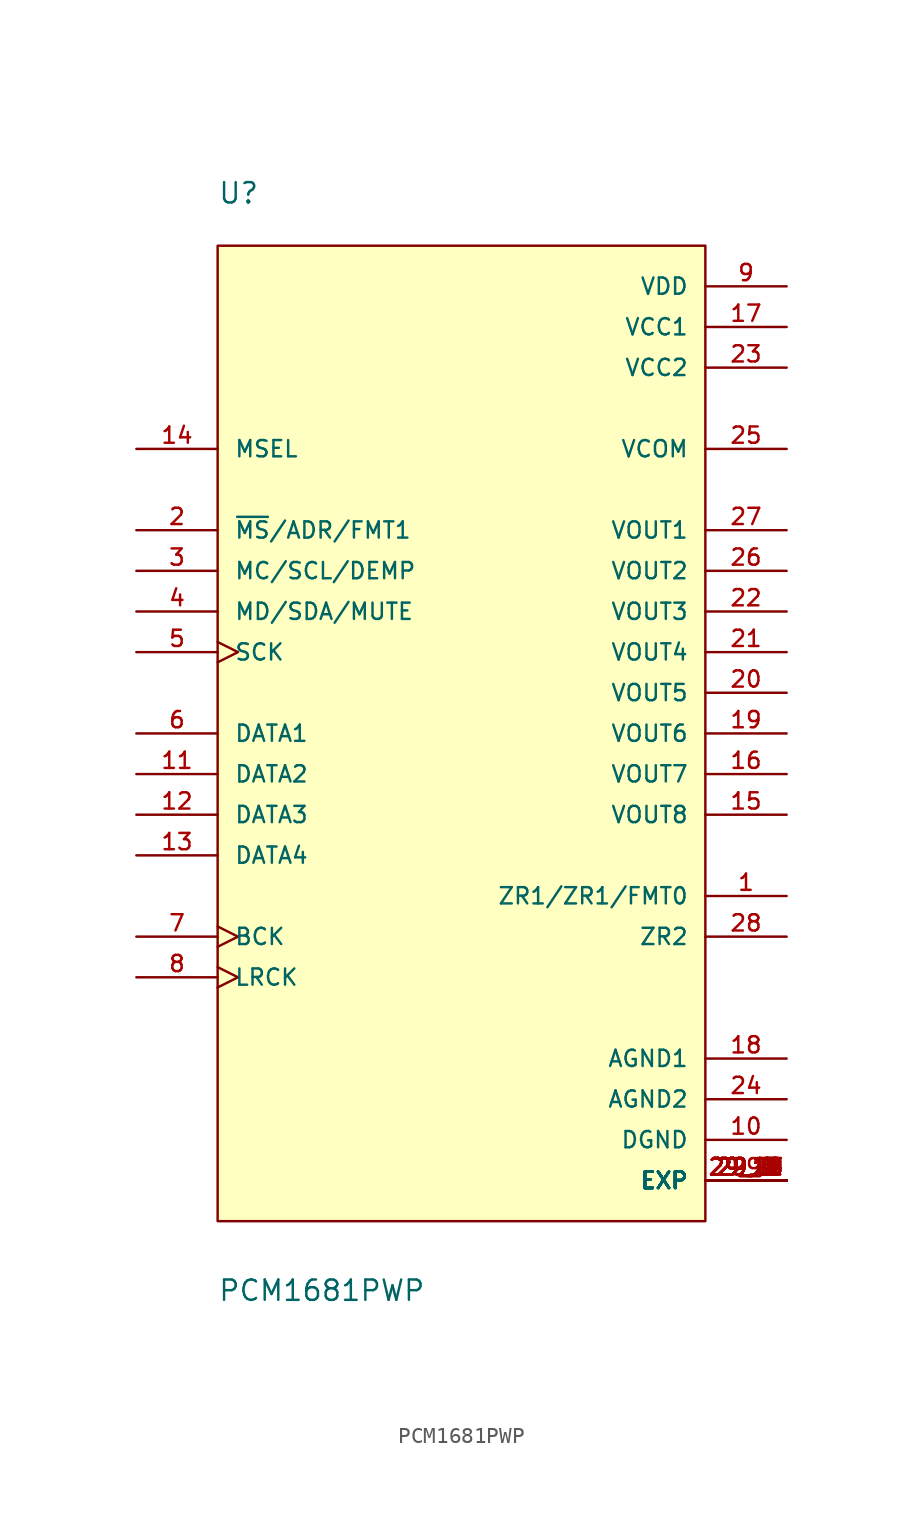
<source format=kicad_sym>
(kicad_symbol_lib
  (version 20211014)
  (generator kicad_symbol_editor)
  (symbol "PCM1681PWP"
    (pin_names
      (offset 1.016))
    (property "Reference" "U"
      (at -15.24 33.02 0)
      (effects (font (size 1.27 1.27)) (justify bottom left)))
    (property "Value" "PCM1681PWP"
      (at -15.24 -35.56 0)
      (effects (font (size 1.27 1.27)) (justify bottom left)))
    (symbol "PCM1681PWP_0_0"
      (rectangle (start -15.24 -30.48) (end 15.24 30.48) (stroke (width 0.152)) (fill (type background)))
      (pin bidirectional line (at 20.32 -10.16 180.0) (length 5.08) (name "ZR1/ZR1/FMT0" (effects (font (size 1.016 1.016)))) (number "1" (effects (font (size 1.016 1.016)))))
      (pin input line (at -20.32 12.7 0) (length 5.08) (name "~{MS}/ADR/FMT1" (effects (font (size 1.016 1.016)))) (number "2" (effects (font (size 1.016 1.016)))))
      (pin input line (at -20.32 10.16 0) (length 5.08) (name "MC/SCL/DEMP" (effects (font (size 1.016 1.016)))) (number "3" (effects (font (size 1.016 1.016)))))
      (pin bidirectional line (at -20.32 7.62 0) (length 5.08) (name "MD/SDA/MUTE" (effects (font (size 1.016 1.016)))) (number "4" (effects (font (size 1.016 1.016)))))
      (pin input clock (at -20.32 5.08 0) (length 5.08) (name "SCK" (effects (font (size 1.016 1.016)))) (number "5" (effects (font (size 1.016 1.016)))))
      (pin input line (at -20.32 0.0 0) (length 5.08) (name "DATA1" (effects (font (size 1.016 1.016)))) (number "6" (effects (font (size 1.016 1.016)))))
      (pin input clock (at -20.32 -12.7 0) (length 5.08) (name "BCK" (effects (font (size 1.016 1.016)))) (number "7" (effects (font (size 1.016 1.016)))))
      (pin input clock (at -20.32 -15.24 0) (length 5.08) (name "LRCK" (effects (font (size 1.016 1.016)))) (number "8" (effects (font (size 1.016 1.016)))))
      (pin power_in line (at 20.32 27.94 180.0) (length 5.08) (name "VDD" (effects (font (size 1.016 1.016)))) (number "9" (effects (font (size 1.016 1.016)))))
      (pin power_in line (at 20.32 -25.4 180.0) (length 5.08) (name "DGND" (effects (font (size 1.016 1.016)))) (number "10" (effects (font (size 1.016 1.016)))))
      (pin input line (at -20.32 17.78 0) (length 5.08) (name "MSEL" (effects (font (size 1.016 1.016)))) (number "14" (effects (font (size 1.016 1.016)))))
      (pin power_in line (at 20.32 25.4 180.0) (length 5.08) (name "VCC1" (effects (font (size 1.016 1.016)))) (number "17" (effects (font (size 1.016 1.016)))))
      (pin power_in line (at 20.32 -20.32 180.0) (length 5.08) (name "AGND1" (effects (font (size 1.016 1.016)))) (number "18" (effects (font (size 1.016 1.016)))))
      (pin output line (at 20.32 17.78 180.0) (length 5.08) (name "VCOM" (effects (font (size 1.016 1.016)))) (number "25" (effects (font (size 1.016 1.016)))))
      (pin output line (at 20.32 12.7 180.0) (length 5.08) (name "VOUT1" (effects (font (size 1.016 1.016)))) (number "27" (effects (font (size 1.016 1.016)))))
      (pin output line (at 20.32 -12.7 180.0) (length 5.08) (name "ZR2" (effects (font (size 1.016 1.016)))) (number "28" (effects (font (size 1.016 1.016)))))
      (pin input line (at -20.32 -2.54 0) (length 5.08) (name "DATA2" (effects (font (size 1.016 1.016)))) (number "11" (effects (font (size 1.016 1.016)))))
      (pin input line (at -20.32 -5.08 0) (length 5.08) (name "DATA3" (effects (font (size 1.016 1.016)))) (number "12" (effects (font (size 1.016 1.016)))))
      (pin input line (at -20.32 -7.62 0) (length 5.08) (name "DATA4" (effects (font (size 1.016 1.016)))) (number "13" (effects (font (size 1.016 1.016)))))
      (pin power_in line (at 20.32 22.86 180.0) (length 5.08) (name "VCC2" (effects (font (size 1.016 1.016)))) (number "23" (effects (font (size 1.016 1.016)))))
      (pin power_in line (at 20.32 -22.86 180.0) (length 5.08) (name "AGND2" (effects (font (size 1.016 1.016)))) (number "24" (effects (font (size 1.016 1.016)))))
      (pin output line (at 20.32 10.16 180.0) (length 5.08) (name "VOUT2" (effects (font (size 1.016 1.016)))) (number "26" (effects (font (size 1.016 1.016)))))
      (pin output line (at 20.32 7.62 180.0) (length 5.08) (name "VOUT3" (effects (font (size 1.016 1.016)))) (number "22" (effects (font (size 1.016 1.016)))))
      (pin output line (at 20.32 5.08 180.0) (length 5.08) (name "VOUT4" (effects (font (size 1.016 1.016)))) (number "21" (effects (font (size 1.016 1.016)))))
      (pin output line (at 20.32 2.54 180.0) (length 5.08) (name "VOUT5" (effects (font (size 1.016 1.016)))) (number "20" (effects (font (size 1.016 1.016)))))
      (pin output line (at 20.32 0.0 180.0) (length 5.08) (name "VOUT6" (effects (font (size 1.016 1.016)))) (number "19" (effects (font (size 1.016 1.016)))))
      (pin output line (at 20.32 -2.54 180.0) (length 5.08) (name "VOUT7" (effects (font (size 1.016 1.016)))) (number "16" (effects (font (size 1.016 1.016)))))
      (pin output line (at 20.32 -5.08 180.0) (length 5.08) (name "VOUT8" (effects (font (size 1.016 1.016)))) (number "15" (effects (font (size 1.016 1.016)))))
      (pin power_in line (at 20.32 -27.94 180.0) (length 5.08) (name "EXP" (effects (font (size 1.016 1.016)))) (number "29" (effects (font (size 1.016 1.016)))))
      (pin power_in line (at 20.32 -27.94 180.0) (length 5.08) (name "EXP" (effects (font (size 1.016 1.016)))) (number "29_1" (effects (font (size 1.016 1.016)))))
      (pin power_in line (at 20.32 -27.94 180.0) (length 5.08) (name "EXP" (effects (font (size 1.016 1.016)))) (number "29_2" (effects (font (size 1.016 1.016)))))
      (pin power_in line (at 20.32 -27.94 180.0) (length 5.08) (name "EXP" (effects (font (size 1.016 1.016)))) (number "29_3" (effects (font (size 1.016 1.016)))))
      (pin power_in line (at 20.32 -27.94 180.0) (length 5.08) (name "EXP" (effects (font (size 1.016 1.016)))) (number "29_4" (effects (font (size 1.016 1.016)))))
      (pin power_in line (at 20.32 -27.94 180.0) (length 5.08) (name "EXP" (effects (font (size 1.016 1.016)))) (number "29_5" (effects (font (size 1.016 1.016)))))
      (pin power_in line (at 20.32 -27.94 180.0) (length 5.08) (name "EXP" (effects (font (size 1.016 1.016)))) (number "29_6" (effects (font (size 1.016 1.016)))))
      (pin power_in line (at 20.32 -27.94 180.0) (length 5.08) (name "EXP" (effects (font (size 1.016 1.016)))) (number "29_7" (effects (font (size 1.016 1.016)))))
      (pin power_in line (at 20.32 -27.94 180.0) (length 5.08) (name "EXP" (effects (font (size 1.016 1.016)))) (number "29_8" (effects (font (size 1.016 1.016)))))
      (pin power_in line (at 20.32 -27.94 180.0) (length 5.08) (name "EXP" (effects (font (size 1.016 1.016)))) (number "29_9" (effects (font (size 1.016 1.016)))))
      (pin power_in line (at 20.32 -27.94 180.0) (length 5.08) (name "EXP" (effects (font (size 1.016 1.016)))) (number "29_10" (effects (font (size 1.016 1.016)))))
      (pin power_in line (at 20.32 -27.94 180.0) (length 5.08) (name "EXP" (effects (font (size 1.016 1.016)))) (number "29_11" (effects (font (size 1.016 1.016)))))
      (pin power_in line (at 20.32 -27.94 180.0) (length 5.08) (name "EXP" (effects (font (size 1.016 1.016)))) (number "29_12" (effects (font (size 1.016 1.016)))))
      (pin power_in line (at 20.32 -27.94 180.0) (length 5.08) (name "EXP" (effects (font (size 1.016 1.016)))) (number "29_13" (effects (font (size 1.016 1.016)))))
      (pin power_in line (at 20.32 -27.94 180.0) (length 5.08) (name "EXP" (effects (font (size 1.016 1.016)))) (number "29_14" (effects (font (size 1.016 1.016)))))
      (pin power_in line (at 20.32 -27.94 180.0) (length 5.08) (name "EXP" (effects (font (size 1.016 1.016)))) (number "29_15" (effects (font (size 1.016 1.016)))))
      (pin power_in line (at 20.32 -27.94 180.0) (length 5.08) (name "EXP" (effects (font (size 1.016 1.016)))) (number "29_16" (effects (font (size 1.016 1.016)))))
      (pin power_in line (at 20.32 -27.94 180.0) (length 5.08) (name "EXP" (effects (font (size 1.016 1.016)))) (number "29_17" (effects (font (size 1.016 1.016)))))
      (pin power_in line (at 20.32 -27.94 180.0) (length 5.08) (name "EXP" (effects (font (size 1.016 1.016)))) (number "29_18" (effects (font (size 1.016 1.016)))))
      (pin power_in line (at 20.32 -27.94 180.0) (length 5.08) (name "EXP" (effects (font (size 1.016 1.016)))) (number "29_19" (effects (font (size 1.016 1.016)))))
      (pin power_in line (at 20.32 -27.94 180.0) (length 5.08) (name "EXP" (effects (font (size 1.016 1.016)))) (number "29_20" (effects (font (size 1.016 1.016)))))
      (pin power_in line (at 20.32 -27.94 180.0) (length 5.08) (name "EXP" (effects (font (size 1.016 1.016)))) (number "29_21" (effects (font (size 1.016 1.016))))))))
</source>
